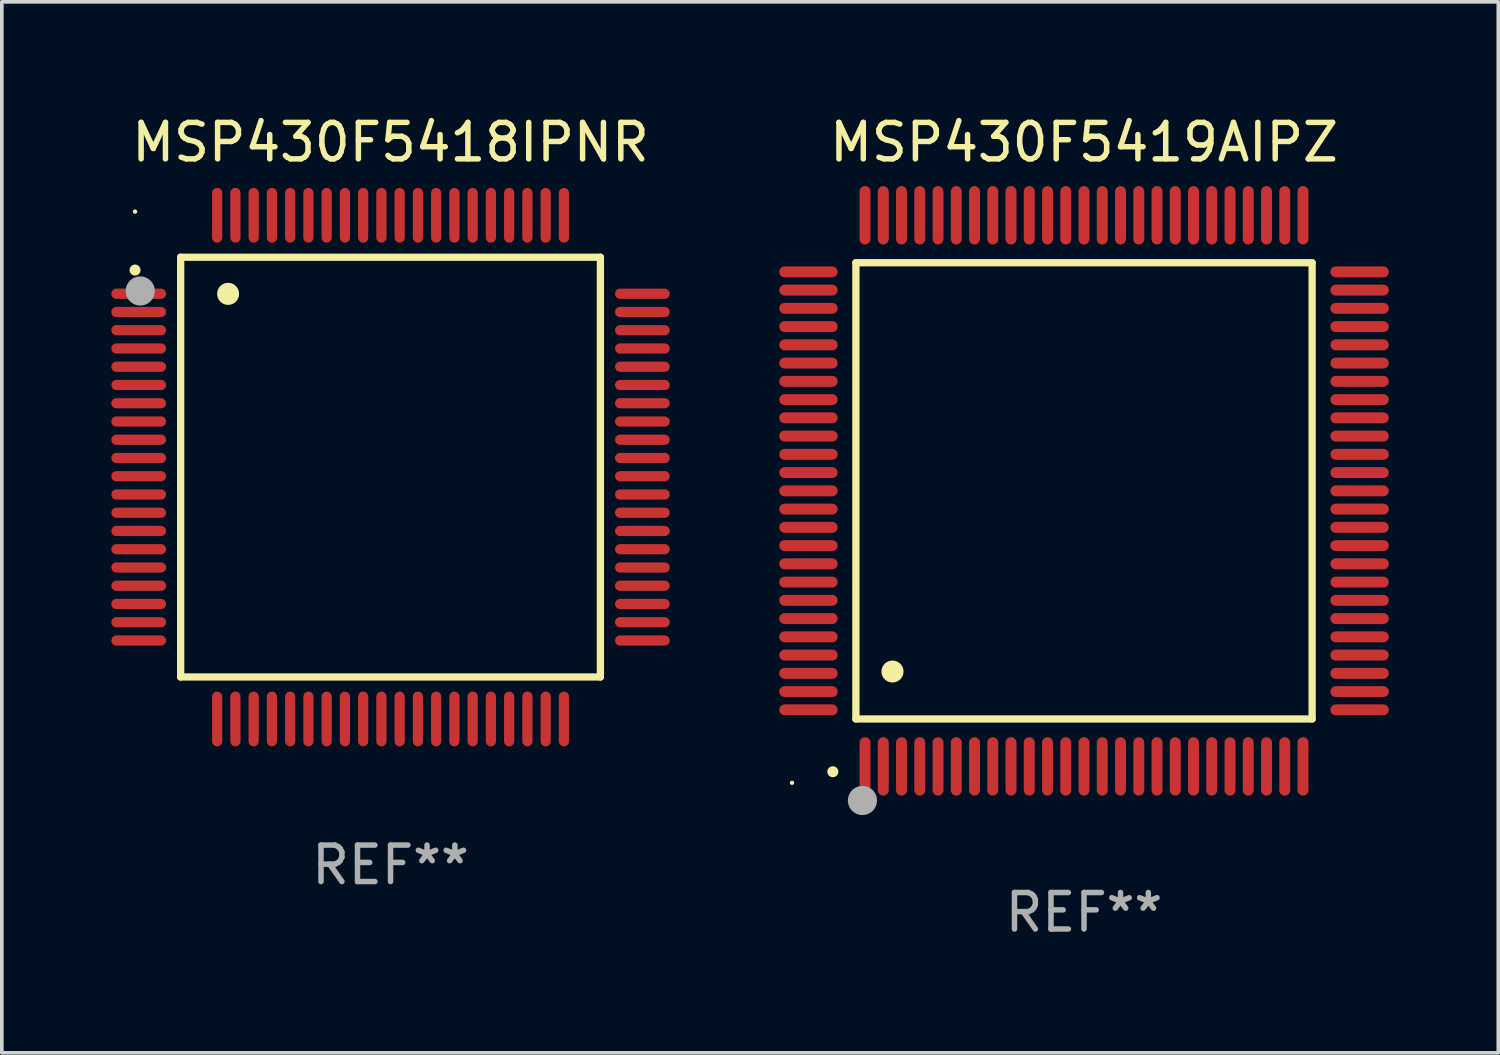
<source format=kicad_pcb>
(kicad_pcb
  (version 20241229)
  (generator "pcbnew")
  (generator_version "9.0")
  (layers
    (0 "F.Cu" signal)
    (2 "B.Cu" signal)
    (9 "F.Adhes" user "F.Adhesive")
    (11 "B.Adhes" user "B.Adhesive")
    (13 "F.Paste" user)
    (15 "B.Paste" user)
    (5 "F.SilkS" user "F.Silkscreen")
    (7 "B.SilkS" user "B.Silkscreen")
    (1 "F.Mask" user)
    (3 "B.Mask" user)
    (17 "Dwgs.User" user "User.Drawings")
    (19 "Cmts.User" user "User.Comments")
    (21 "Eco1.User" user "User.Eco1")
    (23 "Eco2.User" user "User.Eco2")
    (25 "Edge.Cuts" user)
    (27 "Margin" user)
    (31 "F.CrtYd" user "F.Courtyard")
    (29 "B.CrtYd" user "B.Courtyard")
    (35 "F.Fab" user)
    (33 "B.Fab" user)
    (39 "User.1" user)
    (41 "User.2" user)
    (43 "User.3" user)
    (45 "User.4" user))
  (footprint "MSP430F5418IPNR"
    (layer "F.Cu")
    (at 7.65 9.748)
    (property "Reference" "MSP430F5418IPNR" (at 0 -8.9 0) (layer "F.SilkS") (effects (font (size 1 1) (thickness 0.15))))
    (attr through_hole)
    (fp_line (start -5.75 -5.75) (end 5.75 -5.75) (stroke (width 0.2) (type solid)) (layer "F.SilkS"))
    (fp_line (start -5.75 5.75) (end -5.75 -5.75) (stroke (width 0.2) (type solid)) (layer "F.SilkS"))
    (fp_line (start 5.75 -5.75) (end 5.75 5.75) (stroke (width 0.2) (type solid)) (layer "F.SilkS"))
    (fp_line (start 5.75 5.75) (end -5.75 5.75) (stroke (width 0.2) (type solid)) (layer "F.SilkS"))
    (fp_arc (start -7.000229 -5.397435) (mid -7.000234 -5.398705) (end -7.000229 -5.399975) (stroke (width 0.3) (type solid)) (layer "F.SilkS"))
    (fp_arc (start -4.450064 -4.744653) (mid -4.450075 -4.747193) (end -4.450064 -4.749733) (stroke (width 0.6) (type solid)) (layer "F.SilkS"))
    (fp_circle (center -7 -7) (end -6.97 -7) (stroke (width 0.06) (type solid)) (fill no) (layer "F.SilkS"))
    (fp_circle (center -6.858 -4.826) (end -6.658 -4.826) (stroke (width 0.4) (type solid)) (fill no) (layer "F.Fab"))
    (fp_text user "REF**" (at 0 10.9 0) (layer "F.Fab") (effects (font (size 1 1) (thickness 0.15))))
    (pad "1" smd oval (at -6.9 -4.75 90) (size 0.28 1.5) (layers "F.Cu" "F.Mask" "F.Paste"))
    (pad "2" smd oval (at -6.9 -4.25 90) (size 0.28 1.5) (layers "F.Cu" "F.Mask" "F.Paste"))
    (pad "3" smd oval (at -6.9 -3.75 90) (size 0.28 1.5) (layers "F.Cu" "F.Mask" "F.Paste"))
    (pad "4" smd oval (at -6.9 -3.25 90) (size 0.28 1.5) (layers "F.Cu" "F.Mask" "F.Paste"))
    (pad "5" smd oval (at -6.9 -2.75 90) (size 0.28 1.5) (layers "F.Cu" "F.Mask" "F.Paste"))
    (pad "6" smd oval (at -6.9 -2.25 90) (size 0.28 1.5) (layers "F.Cu" "F.Mask" "F.Paste"))
    (pad "7" smd oval (at -6.9 -1.75 90) (size 0.28 1.5) (layers "F.Cu" "F.Mask" "F.Paste"))
    (pad "8" smd oval (at -6.9 -1.25 90) (size 0.28 1.5) (layers "F.Cu" "F.Mask" "F.Paste"))
    (pad "9" smd oval (at -6.9 -0.75 90) (size 0.28 1.5) (layers "F.Cu" "F.Mask" "F.Paste"))
    (pad "10" smd oval (at -6.9 -0.25 90) (size 0.28 1.5) (layers "F.Cu" "F.Mask" "F.Paste"))
    (pad "11" smd oval (at -6.9 0.25 90) (size 0.28 1.5) (layers "F.Cu" "F.Mask" "F.Paste"))
    (pad "12" smd oval (at -6.9 0.75 90) (size 0.28 1.5) (layers "F.Cu" "F.Mask" "F.Paste"))
    (pad "13" smd oval (at -6.9 1.25 90) (size 0.28 1.5) (layers "F.Cu" "F.Mask" "F.Paste"))
    (pad "14" smd oval (at -6.9 1.75 90) (size 0.28 1.5) (layers "F.Cu" "F.Mask" "F.Paste"))
    (pad "15" smd oval (at -6.9 2.25 90) (size 0.28 1.5) (layers "F.Cu" "F.Mask" "F.Paste"))
    (pad "16" smd oval (at -6.9 2.75 90) (size 0.28 1.5) (layers "F.Cu" "F.Mask" "F.Paste"))
    (pad "17" smd oval (at -6.9 3.25 90) (size 0.28 1.5) (layers "F.Cu" "F.Mask" "F.Paste"))
    (pad "18" smd oval (at -6.9 3.75 90) (size 0.28 1.5) (layers "F.Cu" "F.Mask" "F.Paste"))
    (pad "19" smd oval (at -6.9 4.25 90) (size 0.28 1.5) (layers "F.Cu" "F.Mask" "F.Paste"))
    (pad "20" smd oval (at -6.9 4.75 270) (size 0.28 1.5) (layers "F.Cu" "F.Mask" "F.Paste"))
    (pad "21" smd oval (at -4.75 6.9 180) (size 0.28 1.5) (layers "F.Cu" "F.Mask" "F.Paste"))
    (pad "22" smd oval (at -4.25 6.9) (size 0.28 1.5) (layers "F.Cu" "F.Mask" "F.Paste"))
    (pad "23" smd oval (at -3.75 6.9) (size 0.28 1.5) (layers "F.Cu" "F.Mask" "F.Paste"))
    (pad "24" smd oval (at -3.25 6.9) (size 0.28 1.5) (layers "F.Cu" "F.Mask" "F.Paste"))
    (pad "25" smd oval (at -2.75 6.9) (size 0.28 1.5) (layers "F.Cu" "F.Mask" "F.Paste"))
    (pad "26" smd oval (at -2.25 6.9) (size 0.28 1.5) (layers "F.Cu" "F.Mask" "F.Paste"))
    (pad "27" smd oval (at -1.75 6.9) (size 0.28 1.5) (layers "F.Cu" "F.Mask" "F.Paste"))
    (pad "28" smd oval (at -1.25 6.9) (size 0.28 1.5) (layers "F.Cu" "F.Mask" "F.Paste"))
    (pad "29" smd oval (at -0.75 6.9) (size 0.28 1.5) (layers "F.Cu" "F.Mask" "F.Paste"))
    (pad "30" smd oval (at -0.25 6.9) (size 0.28 1.5) (layers "F.Cu" "F.Mask" "F.Paste"))
    (pad "31" smd oval (at 0.25 6.9) (size 0.28 1.5) (layers "F.Cu" "F.Mask" "F.Paste"))
    (pad "32" smd oval (at 0.75 6.9) (size 0.28 1.5) (layers "F.Cu" "F.Mask" "F.Paste"))
    (pad "33" smd oval (at 1.25 6.9) (size 0.28 1.5) (layers "F.Cu" "F.Mask" "F.Paste"))
    (pad "34" smd oval (at 1.75 6.9) (size 0.28 1.5) (layers "F.Cu" "F.Mask" "F.Paste"))
    (pad "35" smd oval (at 2.25 6.9) (size 0.28 1.5) (layers "F.Cu" "F.Mask" "F.Paste"))
    (pad "36" smd oval (at 2.75 6.9) (size 0.28 1.5) (layers "F.Cu" "F.Mask" "F.Paste"))
    (pad "37" smd oval (at 3.25 6.9) (size 0.28 1.5) (layers "F.Cu" "F.Mask" "F.Paste"))
    (pad "38" smd oval (at 3.75 6.9) (size 0.28 1.5) (layers "F.Cu" "F.Mask" "F.Paste"))
    (pad "39" smd oval (at 4.25 6.9) (size 0.28 1.5) (layers "F.Cu" "F.Mask" "F.Paste"))
    (pad "40" smd oval (at 4.75 6.9) (size 0.28 1.5) (layers "F.Cu" "F.Mask" "F.Paste"))
    (pad "41" smd oval (at 6.9 4.75 270) (size 0.28 1.5) (layers "F.Cu" "F.Mask" "F.Paste"))
    (pad "42" smd oval (at 6.9 4.25 90) (size 0.28 1.5) (layers "F.Cu" "F.Mask" "F.Paste"))
    (pad "43" smd oval (at 6.9 3.75 90) (size 0.28 1.5) (layers "F.Cu" "F.Mask" "F.Paste"))
    (pad "44" smd oval (at 6.9 3.25 90) (size 0.28 1.5) (layers "F.Cu" "F.Mask" "F.Paste"))
    (pad "45" smd oval (at 6.9 2.75 90) (size 0.28 1.5) (layers "F.Cu" "F.Mask" "F.Paste"))
    (pad "46" smd oval (at 6.9 2.25 90) (size 0.28 1.5) (layers "F.Cu" "F.Mask" "F.Paste"))
    (pad "47" smd oval (at 6.9 1.75 90) (size 0.28 1.5) (layers "F.Cu" "F.Mask" "F.Paste"))
    (pad "48" smd oval (at 6.9 1.25 90) (size 0.28 1.5) (layers "F.Cu" "F.Mask" "F.Paste"))
    (pad "49" smd oval (at 6.9 0.75 90) (size 0.28 1.5) (layers "F.Cu" "F.Mask" "F.Paste"))
    (pad "50" smd oval (at 6.9 0.25 90) (size 0.28 1.5) (layers "F.Cu" "F.Mask" "F.Paste"))
    (pad "51" smd oval (at 6.9 -0.25 90) (size 0.28 1.5) (layers "F.Cu" "F.Mask" "F.Paste"))
    (pad "52" smd oval (at 6.9 -0.75 90) (size 0.28 1.5) (layers "F.Cu" "F.Mask" "F.Paste"))
    (pad "53" smd oval (at 6.9 -1.25 90) (size 0.28 1.5) (layers "F.Cu" "F.Mask" "F.Paste"))
    (pad "54" smd oval (at 6.9 -1.75 90) (size 0.28 1.5) (layers "F.Cu" "F.Mask" "F.Paste"))
    (pad "55" smd oval (at 6.9 -2.25 90) (size 0.28 1.5) (layers "F.Cu" "F.Mask" "F.Paste"))
    (pad "56" smd oval (at 6.9 -2.75 90) (size 0.28 1.5) (layers "F.Cu" "F.Mask" "F.Paste"))
    (pad "57" smd oval (at 6.9 -3.25 90) (size 0.28 1.5) (layers "F.Cu" "F.Mask" "F.Paste"))
    (pad "58" smd oval (at 6.9 -3.75 90) (size 0.28 1.5) (layers "F.Cu" "F.Mask" "F.Paste"))
    (pad "59" smd oval (at 6.9 -4.25 90) (size 0.28 1.5) (layers "F.Cu" "F.Mask" "F.Paste"))
    (pad "60" smd oval (at 6.9 -4.75 90) (size 0.28 1.5) (layers "F.Cu" "F.Mask" "F.Paste"))
    (pad "61" smd oval (at 4.75 -6.9) (size 0.28 1.5) (layers "F.Cu" "F.Mask" "F.Paste"))
    (pad "62" smd oval (at 4.25 -6.9) (size 0.28 1.5) (layers "F.Cu" "F.Mask" "F.Paste"))
    (pad "63" smd oval (at 3.75 -6.9) (size 0.28 1.5) (layers "F.Cu" "F.Mask" "F.Paste"))
    (pad "64" smd oval (at 3.25 -6.9) (size 0.28 1.5) (layers "F.Cu" "F.Mask" "F.Paste"))
    (pad "65" smd oval (at 2.75 -6.9) (size 0.28 1.5) (layers "F.Cu" "F.Mask" "F.Paste"))
    (pad "66" smd oval (at 2.25 -6.9) (size 0.28 1.5) (layers "F.Cu" "F.Mask" "F.Paste"))
    (pad "67" smd oval (at 1.75 -6.9) (size 0.28 1.5) (layers "F.Cu" "F.Mask" "F.Paste"))
    (pad "68" smd oval (at 1.25 -6.9) (size 0.28 1.5) (layers "F.Cu" "F.Mask" "F.Paste"))
    (pad "69" smd oval (at 0.75 -6.9) (size 0.28 1.5) (layers "F.Cu" "F.Mask" "F.Paste"))
    (pad "70" smd oval (at 0.25 -6.9) (size 0.28 1.5) (layers "F.Cu" "F.Mask" "F.Paste"))
    (pad "71" smd oval (at -0.25 -6.9) (size 0.28 1.5) (layers "F.Cu" "F.Mask" "F.Paste"))
    (pad "72" smd oval (at -0.75 -6.9) (size 0.28 1.5) (layers "F.Cu" "F.Mask" "F.Paste"))
    (pad "73" smd oval (at -1.25 -6.9) (size 0.28 1.5) (layers "F.Cu" "F.Mask" "F.Paste"))
    (pad "74" smd oval (at -1.75 -6.9) (size 0.28 1.5) (layers "F.Cu" "F.Mask" "F.Paste"))
    (pad "75" smd oval (at -2.25 -6.9) (size 0.28 1.5) (layers "F.Cu" "F.Mask" "F.Paste"))
    (pad "76" smd oval (at -2.75 -6.9) (size 0.28 1.5) (layers "F.Cu" "F.Mask" "F.Paste"))
    (pad "77" smd oval (at -3.25 -6.9) (size 0.28 1.5) (layers "F.Cu" "F.Mask" "F.Paste"))
    (pad "78" smd oval (at -3.75 -6.9) (size 0.28 1.5) (layers "F.Cu" "F.Mask" "F.Paste"))
    (pad "79" smd oval (at -4.25 -6.9) (size 0.28 1.5) (layers "F.Cu" "F.Mask" "F.Paste"))
    (pad "80" smd oval (at -4.75 -6.9 180) (size 0.28 1.5) (layers "F.Cu" "F.Mask" "F.Paste")))
  (footprint "MSP430F5419AIPZ"
    (layer "F.Cu")
    (at 26.65 10.398)
    (property "Reference" "MSP430F5419AIPZ" (at 0 -9.55 0) (layer "F.SilkS") (effects (font (size 1 1) (thickness 0.15))))
    (attr through_hole)
    (fp_line (start -6.25 -6.25) (end -6.25 6.25) (stroke (width 0.2) (type solid)) (layer "F.SilkS"))
    (fp_line (start -6.25 6.25) (end 6.25 6.25) (stroke (width 0.2) (type solid)) (layer "F.SilkS"))
    (fp_line (start 6.25 -6.25) (end -6.25 -6.25) (stroke (width 0.2) (type solid)) (layer "F.SilkS"))
    (fp_line (start 6.25 6.25) (end 6.25 -6.25) (stroke (width 0.2) (type solid)) (layer "F.SilkS"))
    (fp_arc (start -6.883414 7.696215) (mid -6.882144 7.69621) (end -6.880874 7.696215) (stroke (width 0.3) (type solid)) (layer "F.SilkS"))
    (fp_arc (start -5.250191 4.95047) (mid -5.247651 4.950459) (end -5.245111 4.95047) (stroke (width 0.6) (type solid)) (layer "F.SilkS"))
    (fp_circle (center -8 8) (end -7.97 8) (stroke (width 0.06) (type solid)) (fill no) (layer "F.SilkS"))
    (fp_circle (center -6.071 8.484) (end -5.871 8.484) (stroke (width 0.4) (type solid)) (fill no) (layer "F.Fab"))
    (fp_text user "REF**" (at 0 11.55 0) (layer "F.Fab") (effects (font (size 1 1) (thickness 0.15))))
    (pad "1" smd oval (at -6 7.55) (size 0.3 1.6) (layers "F.Cu" "F.Mask" "F.Paste"))
    (pad "2" smd oval (at -5.5 7.55) (size 0.3 1.6) (layers "F.Cu" "F.Mask" "F.Paste"))
    (pad "3" smd oval (at -5 7.55) (size 0.3 1.6) (layers "F.Cu" "F.Mask" "F.Paste"))
    (pad "4" smd oval (at -4.5 7.55) (size 0.3 1.6) (layers "F.Cu" "F.Mask" "F.Paste"))
    (pad "5" smd oval (at -4 7.55) (size 0.3 1.6) (layers "F.Cu" "F.Mask" "F.Paste"))
    (pad "6" smd oval (at -3.5 7.55) (size 0.3 1.6) (layers "F.Cu" "F.Mask" "F.Paste"))
    (pad "7" smd oval (at -3 7.55) (size 0.3 1.6) (layers "F.Cu" "F.Mask" "F.Paste"))
    (pad "8" smd oval (at -2.5 7.55) (size 0.3 1.6) (layers "F.Cu" "F.Mask" "F.Paste"))
    (pad "9" smd oval (at -2 7.55) (size 0.3 1.6) (layers "F.Cu" "F.Mask" "F.Paste"))
    (pad "10" smd oval (at -1.5 7.55) (size 0.3 1.6) (layers "F.Cu" "F.Mask" "F.Paste"))
    (pad "11" smd oval (at -1 7.55) (size 0.3 1.6) (layers "F.Cu" "F.Mask" "F.Paste"))
    (pad "12" smd oval (at -0.5 7.55) (size 0.3 1.6) (layers "F.Cu" "F.Mask" "F.Paste"))
    (pad "13" smd oval (at 0 7.55) (size 0.3 1.6) (layers "F.Cu" "F.Mask" "F.Paste"))
    (pad "14" smd oval (at 0.5 7.55) (size 0.3 1.6) (layers "F.Cu" "F.Mask" "F.Paste"))
    (pad "15" smd oval (at 1 7.55) (size 0.3 1.6) (layers "F.Cu" "F.Mask" "F.Paste"))
    (pad "16" smd oval (at 1.5 7.55) (size 0.3 1.6) (layers "F.Cu" "F.Mask" "F.Paste"))
    (pad "17" smd oval (at 2 7.55) (size 0.3 1.6) (layers "F.Cu" "F.Mask" "F.Paste"))
    (pad "18" smd oval (at 2.5 7.55) (size 0.3 1.6) (layers "F.Cu" "F.Mask" "F.Paste"))
    (pad "19" smd oval (at 3 7.55) (size 0.3 1.6) (layers "F.Cu" "F.Mask" "F.Paste"))
    (pad "20" smd oval (at 3.5 7.55) (size 0.3 1.6) (layers "F.Cu" "F.Mask" "F.Paste"))
    (pad "21" smd oval (at 4 7.55) (size 0.3 1.6) (layers "F.Cu" "F.Mask" "F.Paste"))
    (pad "22" smd oval (at 4.5 7.55) (size 0.3 1.6) (layers "F.Cu" "F.Mask" "F.Paste"))
    (pad "23" smd oval (at 5 7.55) (size 0.3 1.6) (layers "F.Cu" "F.Mask" "F.Paste"))
    (pad "24" smd oval (at 5.5 7.55) (size 0.3 1.6) (layers "F.Cu" "F.Mask" "F.Paste"))
    (pad "25" smd oval (at 6 7.55) (size 0.3 1.6) (layers "F.Cu" "F.Mask" "F.Paste"))
    (pad "26" smd oval (at 7.55 6) (size 1.6 0.3) (layers "F.Cu" "F.Mask" "F.Paste"))
    (pad "27" smd oval (at 7.55 5.5) (size 1.6 0.3) (layers "F.Cu" "F.Mask" "F.Paste"))
    (pad "28" smd oval (at 7.55 5) (size 1.6 0.3) (layers "F.Cu" "F.Mask" "F.Paste"))
    (pad "29" smd oval (at 7.55 4.5) (size 1.6 0.3) (layers "F.Cu" "F.Mask" "F.Paste"))
    (pad "30" smd oval (at 7.55 4) (size 1.6 0.3) (layers "F.Cu" "F.Mask" "F.Paste"))
    (pad "31" smd oval (at 7.55 3.5) (size 1.6 0.3) (layers "F.Cu" "F.Mask" "F.Paste"))
    (pad "32" smd oval (at 7.55 3) (size 1.6 0.3) (layers "F.Cu" "F.Mask" "F.Paste"))
    (pad "33" smd oval (at 7.55 2.5) (size 1.6 0.3) (layers "F.Cu" "F.Mask" "F.Paste"))
    (pad "34" smd oval (at 7.55 2) (size 1.6 0.3) (layers "F.Cu" "F.Mask" "F.Paste"))
    (pad "35" smd oval (at 7.55 1.5) (size 1.6 0.3) (layers "F.Cu" "F.Mask" "F.Paste"))
    (pad "36" smd oval (at 7.55 1) (size 1.6 0.3) (layers "F.Cu" "F.Mask" "F.Paste"))
    (pad "37" smd oval (at 7.55 0.5) (size 1.6 0.3) (layers "F.Cu" "F.Mask" "F.Paste"))
    (pad "38" smd oval (at 7.55 0) (size 1.6 0.3) (layers "F.Cu" "F.Mask" "F.Paste"))
    (pad "39" smd oval (at 7.55 -0.5) (size 1.6 0.3) (layers "F.Cu" "F.Mask" "F.Paste"))
    (pad "40" smd oval (at 7.55 -1) (size 1.6 0.3) (layers "F.Cu" "F.Mask" "F.Paste"))
    (pad "41" smd oval (at 7.55 -1.5) (size 1.6 0.3) (layers "F.Cu" "F.Mask" "F.Paste"))
    (pad "42" smd oval (at 7.55 -2) (size 1.6 0.3) (layers "F.Cu" "F.Mask" "F.Paste"))
    (pad "43" smd oval (at 7.55 -2.5) (size 1.6 0.3) (layers "F.Cu" "F.Mask" "F.Paste"))
    (pad "44" smd oval (at 7.55 -3) (size 1.6 0.3) (layers "F.Cu" "F.Mask" "F.Paste"))
    (pad "45" smd oval (at 7.55 -3.5) (size 1.6 0.3) (layers "F.Cu" "F.Mask" "F.Paste"))
    (pad "46" smd oval (at 7.55 -4) (size 1.6 0.3) (layers "F.Cu" "F.Mask" "F.Paste"))
    (pad "47" smd oval (at 7.55 -4.5) (size 1.6 0.3) (layers "F.Cu" "F.Mask" "F.Paste"))
    (pad "48" smd oval (at 7.55 -5) (size 1.6 0.3) (layers "F.Cu" "F.Mask" "F.Paste"))
    (pad "49" smd oval (at 7.55 -5.5) (size 1.6 0.3) (layers "F.Cu" "F.Mask" "F.Paste"))
    (pad "50" smd oval (at 7.55 -6) (size 1.6 0.3) (layers "F.Cu" "F.Mask" "F.Paste"))
    (pad "51" smd oval (at 6 -7.55) (size 0.3 1.6) (layers "F.Cu" "F.Mask" "F.Paste"))
    (pad "52" smd oval (at 5.5 -7.55) (size 0.3 1.6) (layers "F.Cu" "F.Mask" "F.Paste"))
    (pad "53" smd oval (at 5 -7.55) (size 0.3 1.6) (layers "F.Cu" "F.Mask" "F.Paste"))
    (pad "54" smd oval (at 4.5 -7.55) (size 0.3 1.6) (layers "F.Cu" "F.Mask" "F.Paste"))
    (pad "55" smd oval (at 4 -7.55) (size 0.3 1.6) (layers "F.Cu" "F.Mask" "F.Paste"))
    (pad "56" smd oval (at 3.5 -7.55) (size 0.3 1.6) (layers "F.Cu" "F.Mask" "F.Paste"))
    (pad "57" smd oval (at 3 -7.55) (size 0.3 1.6) (layers "F.Cu" "F.Mask" "F.Paste"))
    (pad "58" smd oval (at 2.5 -7.55) (size 0.3 1.6) (layers "F.Cu" "F.Mask" "F.Paste"))
    (pad "59" smd oval (at 2 -7.55) (size 0.3 1.6) (layers "F.Cu" "F.Mask" "F.Paste"))
    (pad "60" smd oval (at 1.5 -7.55) (size 0.3 1.6) (layers "F.Cu" "F.Mask" "F.Paste"))
    (pad "61" smd oval (at 1 -7.55) (size 0.3 1.6) (layers "F.Cu" "F.Mask" "F.Paste"))
    (pad "62" smd oval (at 0.5 -7.55) (size 0.3 1.6) (layers "F.Cu" "F.Mask" "F.Paste"))
    (pad "63" smd oval (at 0 -7.55) (size 0.3 1.6) (layers "F.Cu" "F.Mask" "F.Paste"))
    (pad "64" smd oval (at -0.5 -7.55) (size 0.3 1.6) (layers "F.Cu" "F.Mask" "F.Paste"))
    (pad "65" smd oval (at -1 -7.55) (size 0.3 1.6) (layers "F.Cu" "F.Mask" "F.Paste"))
    (pad "66" smd oval (at -1.5 -7.55) (size 0.3 1.6) (layers "F.Cu" "F.Mask" "F.Paste"))
    (pad "67" smd oval (at -2 -7.55) (size 0.3 1.6) (layers "F.Cu" "F.Mask" "F.Paste"))
    (pad "68" smd oval (at -2.5 -7.55) (size 0.3 1.6) (layers "F.Cu" "F.Mask" "F.Paste"))
    (pad "69" smd oval (at -3 -7.55) (size 0.3 1.6) (layers "F.Cu" "F.Mask" "F.Paste"))
    (pad "70" smd oval (at -3.5 -7.55) (size 0.3 1.6) (layers "F.Cu" "F.Mask" "F.Paste"))
    (pad "71" smd oval (at -4 -7.55) (size 0.3 1.6) (layers "F.Cu" "F.Mask" "F.Paste"))
    (pad "72" smd oval (at -4.5 -7.55) (size 0.3 1.6) (layers "F.Cu" "F.Mask" "F.Paste"))
    (pad "73" smd oval (at -5 -7.55) (size 0.3 1.6) (layers "F.Cu" "F.Mask" "F.Paste"))
    (pad "74" smd oval (at -5.5 -7.55) (size 0.3 1.6) (layers "F.Cu" "F.Mask" "F.Paste"))
    (pad "75" smd oval (at -6 -7.55) (size 0.3 1.6) (layers "F.Cu" "F.Mask" "F.Paste"))
    (pad "76" smd oval (at -7.55 -6) (size 1.6 0.3) (layers "F.Cu" "F.Mask" "F.Paste"))
    (pad "77" smd oval (at -7.55 -5.5) (size 1.6 0.3) (layers "F.Cu" "F.Mask" "F.Paste"))
    (pad "78" smd oval (at -7.55 -5) (size 1.6 0.3) (layers "F.Cu" "F.Mask" "F.Paste"))
    (pad "79" smd oval (at -7.55 -4.5) (size 1.6 0.3) (layers "F.Cu" "F.Mask" "F.Paste"))
    (pad "80" smd oval (at -7.55 -4) (size 1.6 0.3) (layers "F.Cu" "F.Mask" "F.Paste"))
    (pad "81" smd oval (at -7.55 -3.5) (size 1.6 0.3) (layers "F.Cu" "F.Mask" "F.Paste"))
    (pad "82" smd oval (at -7.55 -3) (size 1.6 0.3) (layers "F.Cu" "F.Mask" "F.Paste"))
    (pad "83" smd oval (at -7.55 -2.5) (size 1.6 0.3) (layers "F.Cu" "F.Mask" "F.Paste"))
    (pad "84" smd oval (at -7.55 -2) (size 1.6 0.3) (layers "F.Cu" "F.Mask" "F.Paste"))
    (pad "85" smd oval (at -7.55 -1.5) (size 1.6 0.3) (layers "F.Cu" "F.Mask" "F.Paste"))
    (pad "86" smd oval (at -7.55 -1) (size 1.6 0.3) (layers "F.Cu" "F.Mask" "F.Paste"))
    (pad "87" smd oval (at -7.55 -0.5) (size 1.6 0.3) (layers "F.Cu" "F.Mask" "F.Paste"))
    (pad "88" smd oval (at -7.55 0) (size 1.6 0.3) (layers "F.Cu" "F.Mask" "F.Paste"))
    (pad "89" smd oval (at -7.55 0.5) (size 1.6 0.3) (layers "F.Cu" "F.Mask" "F.Paste"))
    (pad "90" smd oval (at -7.55 1) (size 1.6 0.3) (layers "F.Cu" "F.Mask" "F.Paste"))
    (pad "91" smd oval (at -7.55 1.5) (size 1.6 0.3) (layers "F.Cu" "F.Mask" "F.Paste"))
    (pad "92" smd oval (at -7.55 2) (size 1.6 0.3) (layers "F.Cu" "F.Mask" "F.Paste"))
    (pad "93" smd oval (at -7.55 2.5) (size 1.6 0.3) (layers "F.Cu" "F.Mask" "F.Paste"))
    (pad "94" smd oval (at -7.55 3) (size 1.6 0.3) (layers "F.Cu" "F.Mask" "F.Paste"))
    (pad "95" smd oval (at -7.55 3.5) (size 1.6 0.3) (layers "F.Cu" "F.Mask" "F.Paste"))
    (pad "96" smd oval (at -7.55 4) (size 1.6 0.3) (layers "F.Cu" "F.Mask" "F.Paste"))
    (pad "97" smd oval (at -7.55 4.5) (size 1.6 0.3) (layers "F.Cu" "F.Mask" "F.Paste"))
    (pad "98" smd oval (at -7.55 5) (size 1.6 0.3) (layers "F.Cu" "F.Mask" "F.Paste"))
    (pad "99" smd oval (at -7.55 5.5) (size 1.6 0.3) (layers "F.Cu" "F.Mask" "F.Paste"))
    (pad "100" smd oval (at -7.55 6) (size 1.6 0.3) (layers "F.Cu" "F.Mask" "F.Paste")))
  (gr_rect
    (start -3 -3)
    (end 38 25.796)
    (stroke (width 0.1) (type default))
    (fill no)
    (layer "Edge.Cuts")))
</source>
